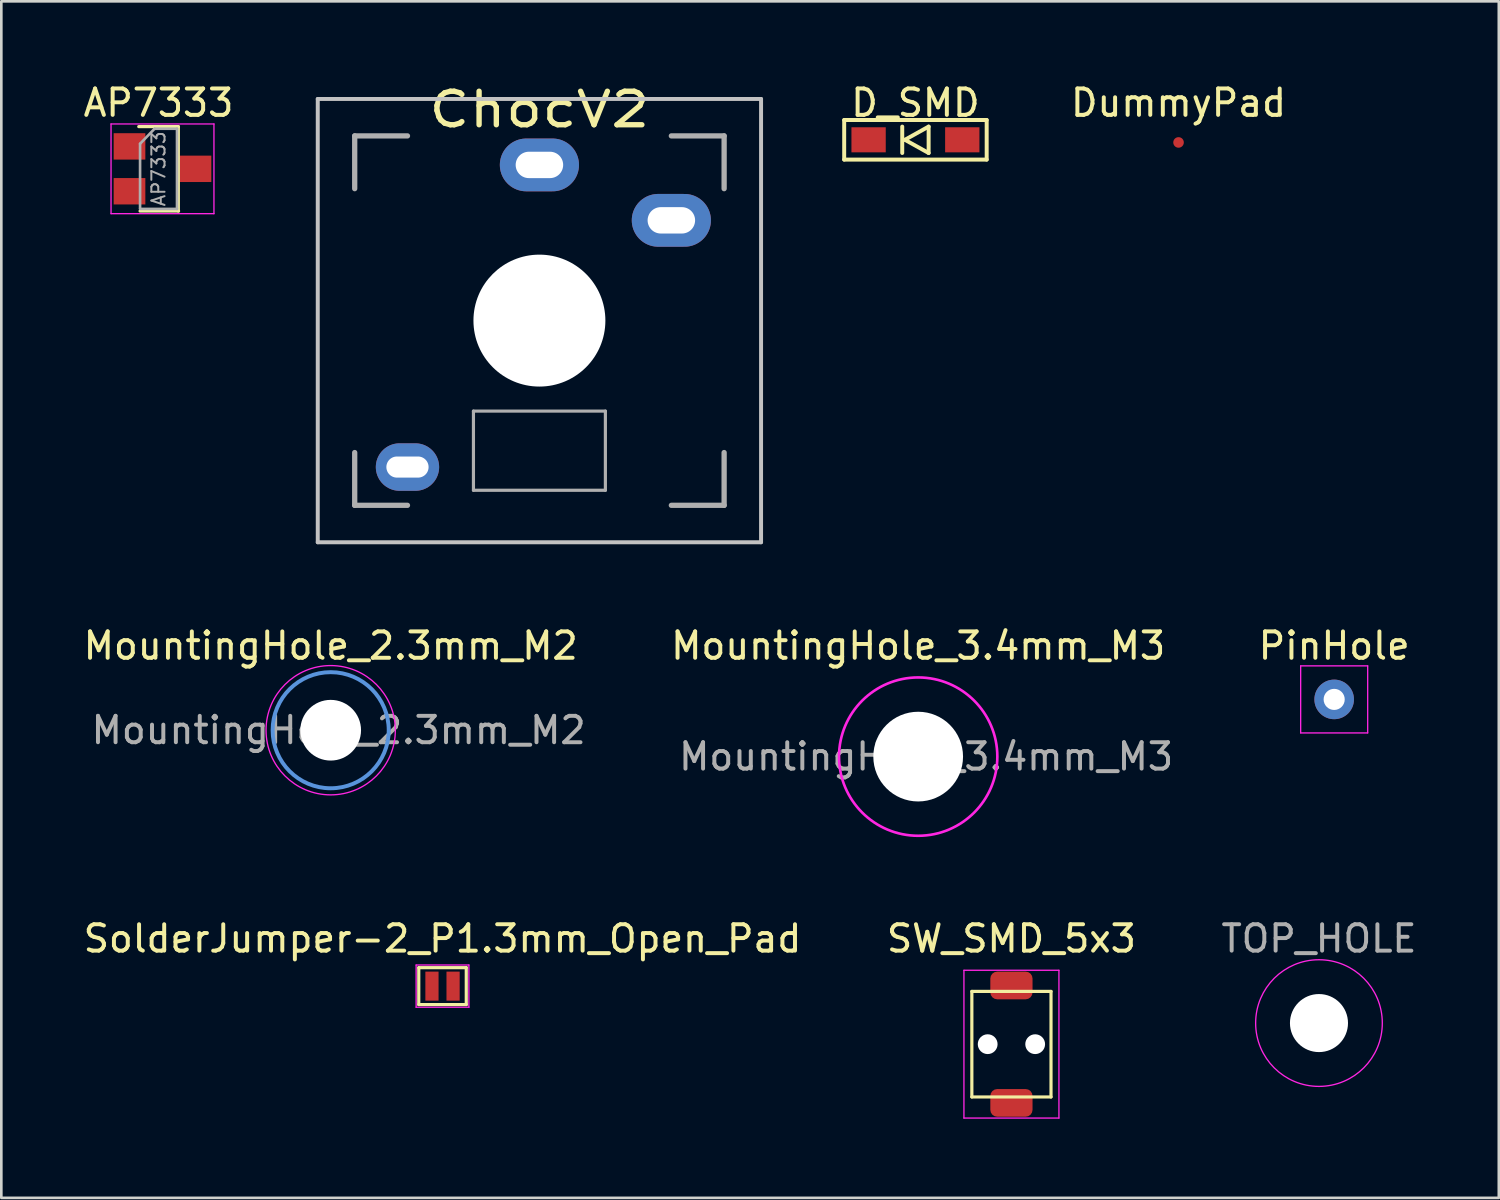
<source format=kicad_pcb>
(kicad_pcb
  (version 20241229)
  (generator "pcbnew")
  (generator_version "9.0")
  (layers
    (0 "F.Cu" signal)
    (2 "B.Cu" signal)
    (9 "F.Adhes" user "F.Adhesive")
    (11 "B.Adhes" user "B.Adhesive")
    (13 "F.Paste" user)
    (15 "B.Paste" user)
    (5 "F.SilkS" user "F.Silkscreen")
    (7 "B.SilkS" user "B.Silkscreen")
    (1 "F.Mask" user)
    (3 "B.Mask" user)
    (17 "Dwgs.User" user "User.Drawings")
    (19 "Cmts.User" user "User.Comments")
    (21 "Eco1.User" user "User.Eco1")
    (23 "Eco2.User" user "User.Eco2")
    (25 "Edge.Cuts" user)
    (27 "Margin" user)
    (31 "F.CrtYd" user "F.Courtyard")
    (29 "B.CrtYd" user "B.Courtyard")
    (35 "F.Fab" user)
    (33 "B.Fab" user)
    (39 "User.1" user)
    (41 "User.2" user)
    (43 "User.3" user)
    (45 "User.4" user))
  (footprint "SolderJumper-2_P1.3mm_Open_Pad"
    (layer "F.Cu")
    (at 13.72 34.321)
    (property "Reference" "SolderJumper-2_P1.3mm_Open_Pad" (at 0 -1.8 0) (layer "F.SilkS") (effects (font (size 1 1) (thickness 0.15))))
    (attr exclude_from_pos_files exclude_from_bom)
    (fp_line (start -0.9 -0.7) (end 0.9 -0.7) (stroke (width 0.12) (type solid)) (layer "F.SilkS"))
    (fp_line (start -0.9 0.7) (end -0.9 -0.7) (stroke (width 0.12) (type solid)) (layer "F.SilkS"))
    (fp_line (start 0.9 -0.7) (end 0.9 0.7) (stroke (width 0.12) (type solid)) (layer "F.SilkS"))
    (fp_line (start 0.9 0.7) (end -0.9 0.7) (stroke (width 0.12) (type solid)) (layer "F.SilkS"))
    (fp_line (start -1 -0.8) (end -1 0.8) (stroke (width 0.05) (type solid)) (layer "F.CrtYd"))
    (fp_line (start -1 -0.8) (end 1 -0.8) (stroke (width 0.05) (type solid)) (layer "F.CrtYd"))
    (fp_line (start 1 0.8) (end -1 0.8) (stroke (width 0.05) (type solid)) (layer "F.CrtYd"))
    (fp_line (start 1 0.8) (end 1 -0.8) (stroke (width 0.05) (type solid)) (layer "F.CrtYd"))
    (pad "1" smd rect (at -0.4 0) (size 0.5 1.1) (layers "F.Cu" "F.Mask"))
    (pad "2" smd rect (at 0.4 0) (size 0.5 1.1) (layers "F.Cu" "F.Mask")))
  (footprint "DummyPad"
    (layer "F.Cu")
    (at 41.613 2.348)
    (property "Reference" "DummyPad" (at 0 -1.5 0) (layer "F.SilkS") (effects (font (size 1 1) (thickness 0.15))))
    (attr through_hole)
    (pad "1" smd circle (at 0 0) (size 0.4 0.4) (layers "F.Cu")))
  (footprint "MountingHole_2.3mm_M2"
    (layer "F.Cu")
    (at 9.482 24.623)
    (property "Reference" "MountingHole_2.3mm_M2" (at 0 -3.2 0) (layer "F.SilkS") (effects (font (size 1 1) (thickness 0.15))))
    (attr exclude_from_pos_files exclude_from_bom)
    (fp_circle (center 0 0) (end 2.2 0) (stroke (width 0.15) (type solid)) (fill no) (layer "Cmts.User"))
    (fp_circle (center 0 0) (end 2.45 0) (stroke (width 0.05) (type solid)) (fill no) (layer "F.CrtYd"))
    (fp_text user "${REFERENCE}" (at 0.3 0 0) (layer "F.Fab") (effects (font (size 1 1) (thickness 0.15))))
    (pad "" np_thru_hole circle (at 0 0) (size 2.3 2.3) (drill 2.3) (layers "*.Cu" "*.Mask")))
  (footprint "ChocV2"
    (layer "F.Cu")
    (at 17.392 9.1)
    (property "Reference" "ChocV2" (at 0 -8 0) (layer "F.SilkS") (effects (font (size 1.27 1.524) (thickness 0.203))))
    (attr through_hole)
    (fp_line (start -8.4 -8.4) (end 8.4 -8.4) (stroke (width 0.15) (type solid)) (layer "Dwgs.User"))
    (fp_line (start -8.4 8.4) (end -8.4 -8.4) (stroke (width 0.15) (type solid)) (layer "Dwgs.User"))
    (fp_line (start 8.4 -8.4) (end 8.4 8.4) (stroke (width 0.15) (type solid)) (layer "Dwgs.User"))
    (fp_line (start 8.4 8.4) (end -8.4 8.4) (stroke (width 0.15) (type solid)) (layer "Dwgs.User"))
    (fp_line (start -7 -7) (end -5 -7) (stroke (width 0.2) (type solid)) (layer "F.Fab"))
    (fp_line (start -7 -5) (end -7 -7) (stroke (width 0.2) (type solid)) (layer "F.Fab"))
    (fp_line (start -7 7) (end -7 5) (stroke (width 0.2) (type solid)) (layer "F.Fab"))
    (fp_line (start -5 7) (end -7 7) (stroke (width 0.2) (type solid)) (layer "F.Fab"))
    (fp_line (start -2.5 3.43) (end -2.5 6.43) (stroke (width 0.12) (type solid)) (layer "F.Fab"))
    (fp_line (start -2.5 3.43) (end 2.5 3.43) (stroke (width 0.12) (type solid)) (layer "F.Fab"))
    (fp_line (start -2.5 6.43) (end 2.5 6.43) (stroke (width 0.12) (type solid)) (layer "F.Fab"))
    (fp_line (start 2.5 3.43) (end 2.5 6.43) (stroke (width 0.12) (type solid)) (layer "F.Fab"))
    (fp_line (start 5 -7) (end 7 -7) (stroke (width 0.2) (type solid)) (layer "F.Fab"))
    (fp_line (start 7 -7) (end 7 -5) (stroke (width 0.2) (type solid)) (layer "F.Fab"))
    (fp_line (start 7 5) (end 7 7) (stroke (width 0.2) (type solid)) (layer "F.Fab"))
    (fp_line (start 7 7) (end 5 7) (stroke (width 0.2) (type solid)) (layer "F.Fab"))
    (pad "" np_thru_hole circle (at 0 0) (size 5 5) (drill 5) (layers "*.Cu" "*.Mask"))
    (pad "1" thru_hole oval (at 0 -5.9) (size 3 2) (drill oval 1.8 1) (layers "*.Cu" "*.Mask"))
    (pad "2" thru_hole oval (at 5 -3.8) (size 3 2) (drill oval 1.8 1) (layers "*.Cu" "*.Mask"))
    (pad "3" thru_hole oval (at -5 5.55) (size 2.4 1.8) (drill oval 1.6 0.8) (layers "*.Cu" "*.Mask")))
  (footprint "TOP_HOLE"
    (layer "F.Cu")
    (at 46.935 35.721)
    (property "Reference" "TOP_HOLE" (at 0 -3.2 0) (layer "F.Fab") (effects (font (size 1 1) (thickness 0.15))))
    (attr exclude_from_pos_files exclude_from_bom)
    (fp_circle (center 0 0) (end 2.4 0) (stroke (width 0.05) (type solid)) (fill no) (layer "F.CrtYd"))
    (pad "" np_thru_hole circle (at 0 0) (size 2.2 2.2) (drill 2.2) (layers "*.Cu" "*.Mask")))
  (footprint "SW_SMD_5x3"
    (layer "F.Cu")
    (at 35.28 36.521)
    (property "Reference" "SW_SMD_5x3" (at 0 -4 0) (layer "F.SilkS") (effects (font (size 1 1) (thickness 0.15))))
    (attr through_hole)
    (fp_line (start -1.5 -2) (end -1.5 2) (stroke (width 0.12) (type solid)) (layer "F.SilkS"))
    (fp_line (start -1.5 -2) (end 1.5 -2) (stroke (width 0.12) (type solid)) (layer "F.SilkS"))
    (fp_line (start -1.5 2) (end 1.5 2) (stroke (width 0.12) (type solid)) (layer "F.SilkS"))
    (fp_line (start 1.5 -2) (end 1.5 2) (stroke (width 0.12) (type solid)) (layer "F.SilkS"))
    (fp_line (start -1.8 2.8) (end -1.8 -2.8) (stroke (width 0.05) (type solid)) (layer "F.CrtYd"))
    (fp_line (start 1.8 -2.8) (end -1.8 -2.8) (stroke (width 0.05) (type solid)) (layer "F.CrtYd"))
    (fp_line (start 1.8 2.8) (end -1.8 2.8) (stroke (width 0.05) (type solid)) (layer "F.CrtYd"))
    (fp_line (start 1.8 2.8) (end 1.8 -2.8) (stroke (width 0.05) (type solid)) (layer "F.CrtYd"))
    (pad "" np_thru_hole circle (at -0.9 0) (size 0.75 0.75) (drill 0.75) (layers "*.Cu" "*.Mask"))
    (pad "" np_thru_hole circle (at 0.9 0) (size 0.75 0.75) (drill 0.75) (layers "*.Cu" "*.Mask"))
    (pad "1" smd roundrect (at 0 -2.225 180) (size 1.6 1.05) (layers "F.Cu" "F.Mask" "F.Paste") (roundrect_rratio 0.25))
    (pad "2" smd roundrect (at 0 2.225 180) (size 1.6 1.05) (layers "F.Cu" "F.Mask" "F.Paste") (roundrect_rratio 0.25)))
  (footprint "AP7333"
    (layer "F.Cu")
    (at 2.958 3.348)
    (property "Reference" "AP7333" (at 0 -2.5 0) (layer "F.SilkS") (effects (font (size 1 1) (thickness 0.15))))
    (attr smd)
    (fp_line (start 0.75 -1.6) (end -0.75 -1.6) (stroke (width 0.12) (type solid)) (layer "F.SilkS"))
    (fp_line (start 0.75 -1.6) (end 0.75 1.6) (stroke (width 0.12) (type solid)) (layer "F.SilkS"))
    (fp_line (start 0.76 1.6) (end -0.7 1.6) (stroke (width 0.12) (type solid)) (layer "F.SilkS"))
    (fp_line (start -1.8 -1.7) (end 2.1 -1.7) (stroke (width 0.05) (type solid)) (layer "F.CrtYd"))
    (fp_line (start -1.8 1.7) (end -1.8 -1.7) (stroke (width 0.05) (type solid)) (layer "F.CrtYd"))
    (fp_line (start 2.1 -1.7) (end 2.1 1.7) (stroke (width 0.05) (type solid)) (layer "F.CrtYd"))
    (fp_line (start 2.1 1.7) (end -1.8 1.7) (stroke (width 0.05) (type solid)) (layer "F.CrtYd"))
    (fp_line (start -0.7 -0.95) (end -0.7 1.5) (stroke (width 0.1) (type solid)) (layer "F.Fab"))
    (fp_line (start -0.7 -0.95) (end -0.15 -1.52) (stroke (width 0.1) (type solid)) (layer "F.Fab"))
    (fp_line (start -0.7 1.52) (end 0.7 1.52) (stroke (width 0.1) (type solid)) (layer "F.Fab"))
    (fp_line (start -0.15 -1.52) (end 0.7 -1.52) (stroke (width 0.1) (type solid)) (layer "F.Fab"))
    (fp_line (start 0.7 -1.52) (end 0.7 1.52) (stroke (width 0.1) (type solid)) (layer "F.Fab"))
    (fp_text user "${REFERENCE}" (at 0 0 90) (layer "F.Fab") (effects (font (size 0.5 0.5) (thickness 0.075))))
    (pad "1" smd rect (at -1.1 -0.85) (size 1.2 1) (layers "F.Cu" "F.Mask" "F.Paste"))
    (pad "2" smd rect (at -1.1 0.85) (size 1.2 1) (layers "F.Cu" "F.Mask" "F.Paste"))
    (pad "3" smd rect (at 1.4 0) (size 1.2 1) (layers "F.Cu" "F.Mask" "F.Paste")))
  (footprint "D_SMD"
    (layer "F.Cu")
    (at 31.642 2.248)
    (property "Reference" "D_SMD" (at 0 -1.4 0) (layer "F.SilkS") (effects (font (size 1 1) (thickness 0.15))))
    (attr through_hole)
    (fp_line (start -2.7 -0.75) (end -2.7 0.75) (stroke (width 0.15) (type solid)) (layer "F.SilkS"))
    (fp_line (start -2.7 0.75) (end 2.7 0.75) (stroke (width 0.15) (type solid)) (layer "F.SilkS"))
    (fp_line (start -0.5 -0.5) (end -0.5 0.5) (stroke (width 0.15) (type solid)) (layer "F.SilkS"))
    (fp_line (start -0.4 0) (end 0.5 -0.5) (stroke (width 0.15) (type solid)) (layer "F.SilkS"))
    (fp_line (start 0.5 -0.5) (end 0.5 0.5) (stroke (width 0.15) (type solid)) (layer "F.SilkS"))
    (fp_line (start 0.5 0.5) (end -0.4 0) (stroke (width 0.15) (type solid)) (layer "F.SilkS"))
    (fp_line (start 2.7 -0.75) (end -2.7 -0.75) (stroke (width 0.15) (type solid)) (layer "F.SilkS"))
    (fp_line (start 2.7 -0.75) (end 2.7 0.75) (stroke (width 0.15) (type solid)) (layer "F.SilkS"))
    (pad "1" smd rect (at -1.775 0) (size 1.3 0.95) (layers "F.Cu" "F.Mask" "F.Paste"))
    (pad "2" smd rect (at 1.775 0) (size 1.3 0.95) (layers "F.Cu" "F.Mask" "F.Paste")))
  (footprint "MountingHole_3.4mm_M3"
    (layer "F.Cu")
    (at 31.746 25.623)
    (property "Reference" "MountingHole_3.4mm_M3" (at 0 -4.2 0) (layer "F.SilkS") (effects (font (size 1 1) (thickness 0.15))))
    (attr exclude_from_pos_files exclude_from_bom)
    (fp_circle (center 0 0) (end 3 0) (stroke (width 0.1) (type solid)) (fill no) (layer "F.CrtYd"))
    (fp_text user "${REFERENCE}" (at 0.3 0 0) (layer "F.Fab") (effects (font (size 1 1) (thickness 0.15))))
    (pad "" np_thru_hole circle (at 0 0) (size 3.4 3.4) (drill 3.4) (layers "*.Cu" "*.Mask")))
  (footprint "PinHole"
    (layer "F.Cu")
    (at 47.511 23.455)
    (property "Reference" "PinHole" (at 0 -2.032 0) (layer "F.SilkS") (effects (font (size 1 1) (thickness 0.15))))
    (attr through_hole)
    (fp_line (start -1.27 -1.27) (end -1.27 1.27) (stroke (width 0.05) (type solid)) (layer "F.CrtYd"))
    (fp_line (start -1.27 1.27) (end 1.27 1.27) (stroke (width 0.05) (type solid)) (layer "F.CrtYd"))
    (fp_line (start 1.27 -1.27) (end -1.27 -1.27) (stroke (width 0.05) (type solid)) (layer "F.CrtYd"))
    (fp_line (start 1.27 1.27) (end 1.27 -1.27) (stroke (width 0.05) (type solid)) (layer "F.CrtYd"))
    (pad "1" thru_hole circle (at 0 0) (size 1.5 1.5) (drill 0.8) (layers "*.Cu" "*.Mask")))
  (gr_rect
    (start -3 -3)
    (end 53.75 42.346)
    (stroke (width 0.1) (type default))
    (fill no)
    (layer "Edge.Cuts")))
</source>
